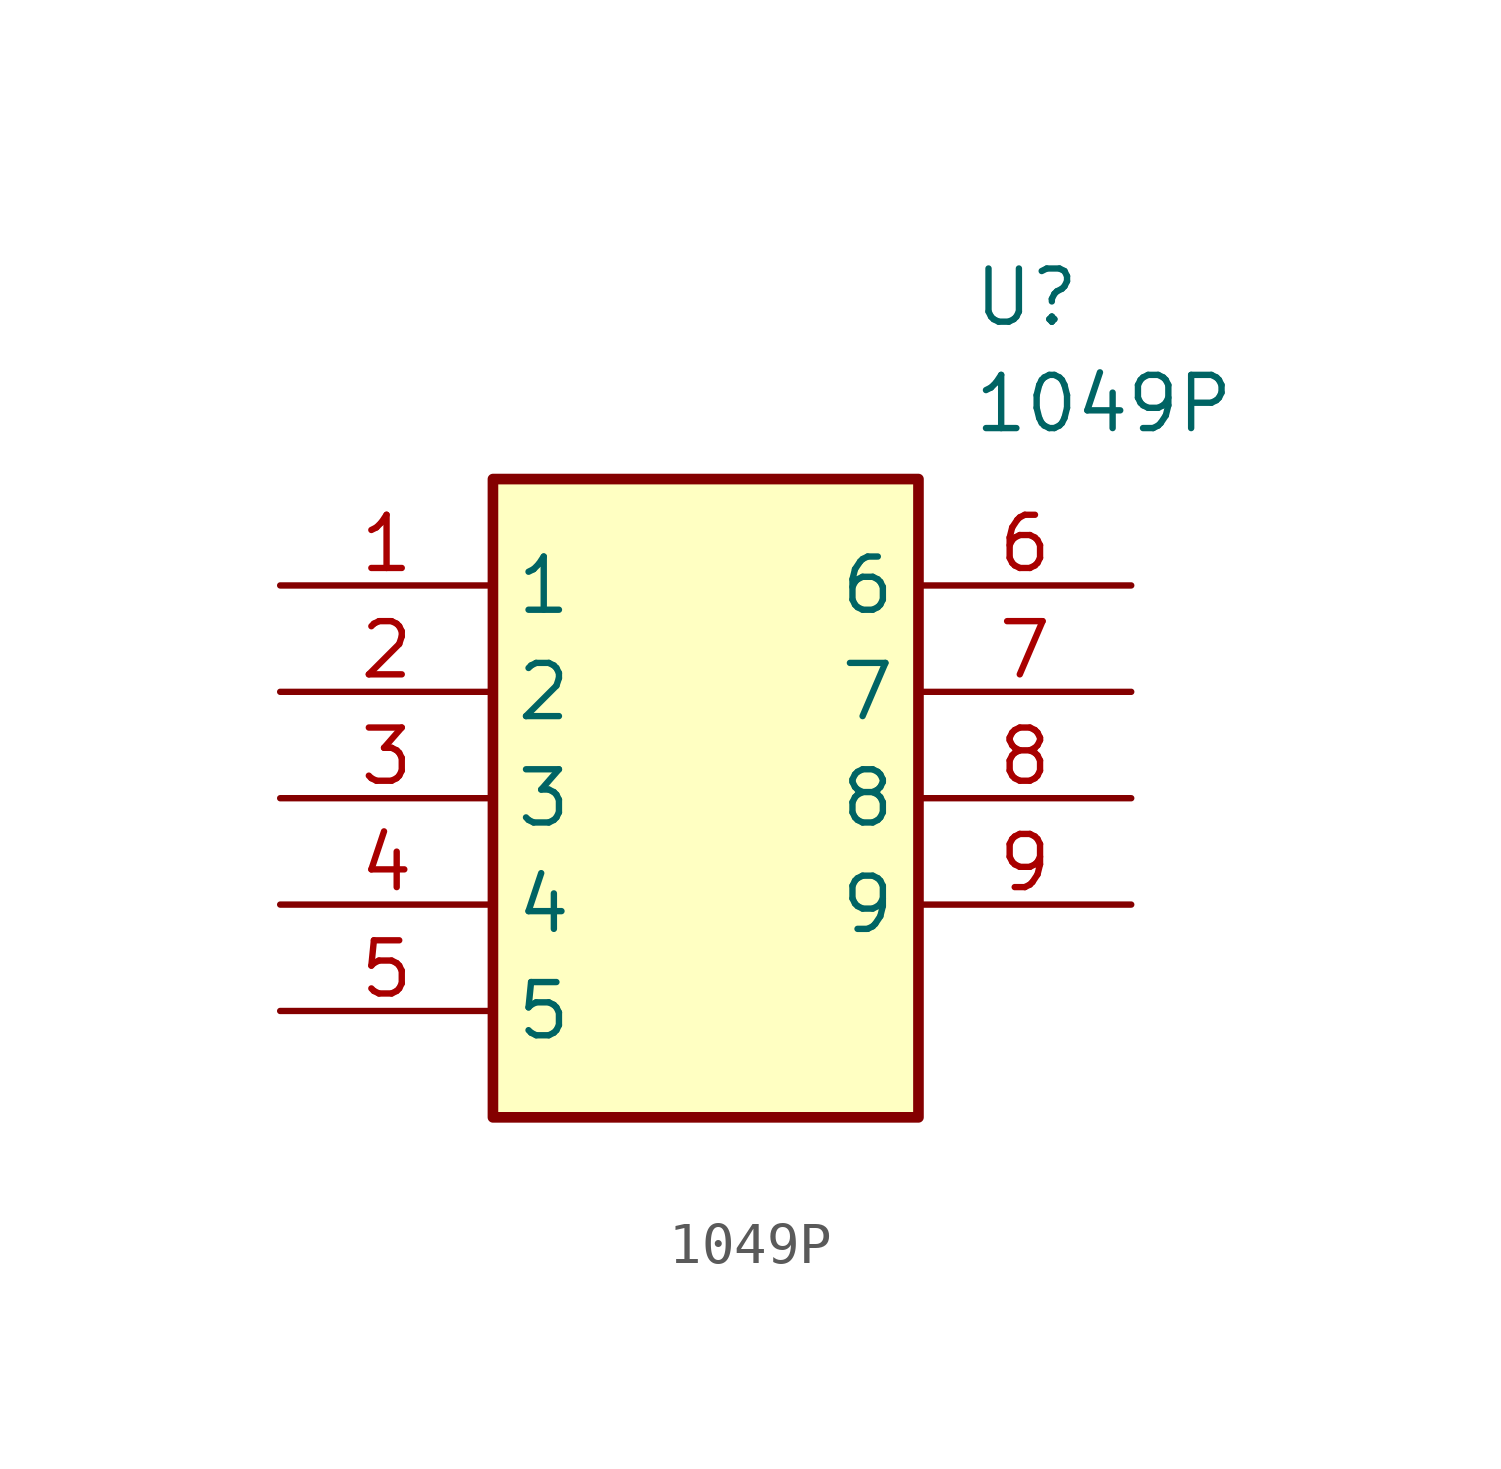
<source format=kicad_sym>
(kicad_symbol_lib
  (version 20241209)
  (generator "kicad_symbol_editor")
  (generator_version "9.0")
  (symbol "1049P"
    (property "Reference" "U"
      (at 16.51 7.62 0)
      (effects (font (size 1.27 1.27)) (justify left top)))
    (property "Value" "1049P"
      (at 16.51 5.08 0)
      (effects (font (size 1.27 1.27)) (justify left top)))
    (symbol "1049P_1_1"
      (rectangle (start 5.08 2.54) (end 15.24 -12.7) (stroke (width 0.254) (type default)) (fill (type background)))
      (pin passive line (at 0 0 0) (length 5.08) (name "1" (effects (font (size 1.27 1.27)))) (number "1" (effects (font (size 1.27 1.27)))))
      (pin passive line (at 0 -2.54 0) (length 5.08) (name "2" (effects (font (size 1.27 1.27)))) (number "2" (effects (font (size 1.27 1.27)))))
      (pin passive line (at 0 -5.08 0) (length 5.08) (name "3" (effects (font (size 1.27 1.27)))) (number "3" (effects (font (size 1.27 1.27)))))
      (pin passive line (at 0 -7.62 0) (length 5.08) (name "4" (effects (font (size 1.27 1.27)))) (number "4" (effects (font (size 1.27 1.27)))))
      (pin passive line (at 0 -10.16 0) (length 5.08) (name "5" (effects (font (size 1.27 1.27)))) (number "5" (effects (font (size 1.27 1.27)))))
      (pin passive line (at 20.32 0 180) (length 5.08) (name "6" (effects (font (size 1.27 1.27)))) (number "6" (effects (font (size 1.27 1.27)))))
      (pin passive line (at 20.32 -2.54 180) (length 5.08) (name "7" (effects (font (size 1.27 1.27)))) (number "7" (effects (font (size 1.27 1.27)))))
      (pin passive line (at 20.32 -5.08 180) (length 5.08) (name "8" (effects (font (size 1.27 1.27)))) (number "8" (effects (font (size 1.27 1.27)))))
      (pin passive line (at 20.32 -7.62 180) (length 5.08) (name "9" (effects (font (size 1.27 1.27)))) (number "9" (effects (font (size 1.27 1.27))))))))
</source>
